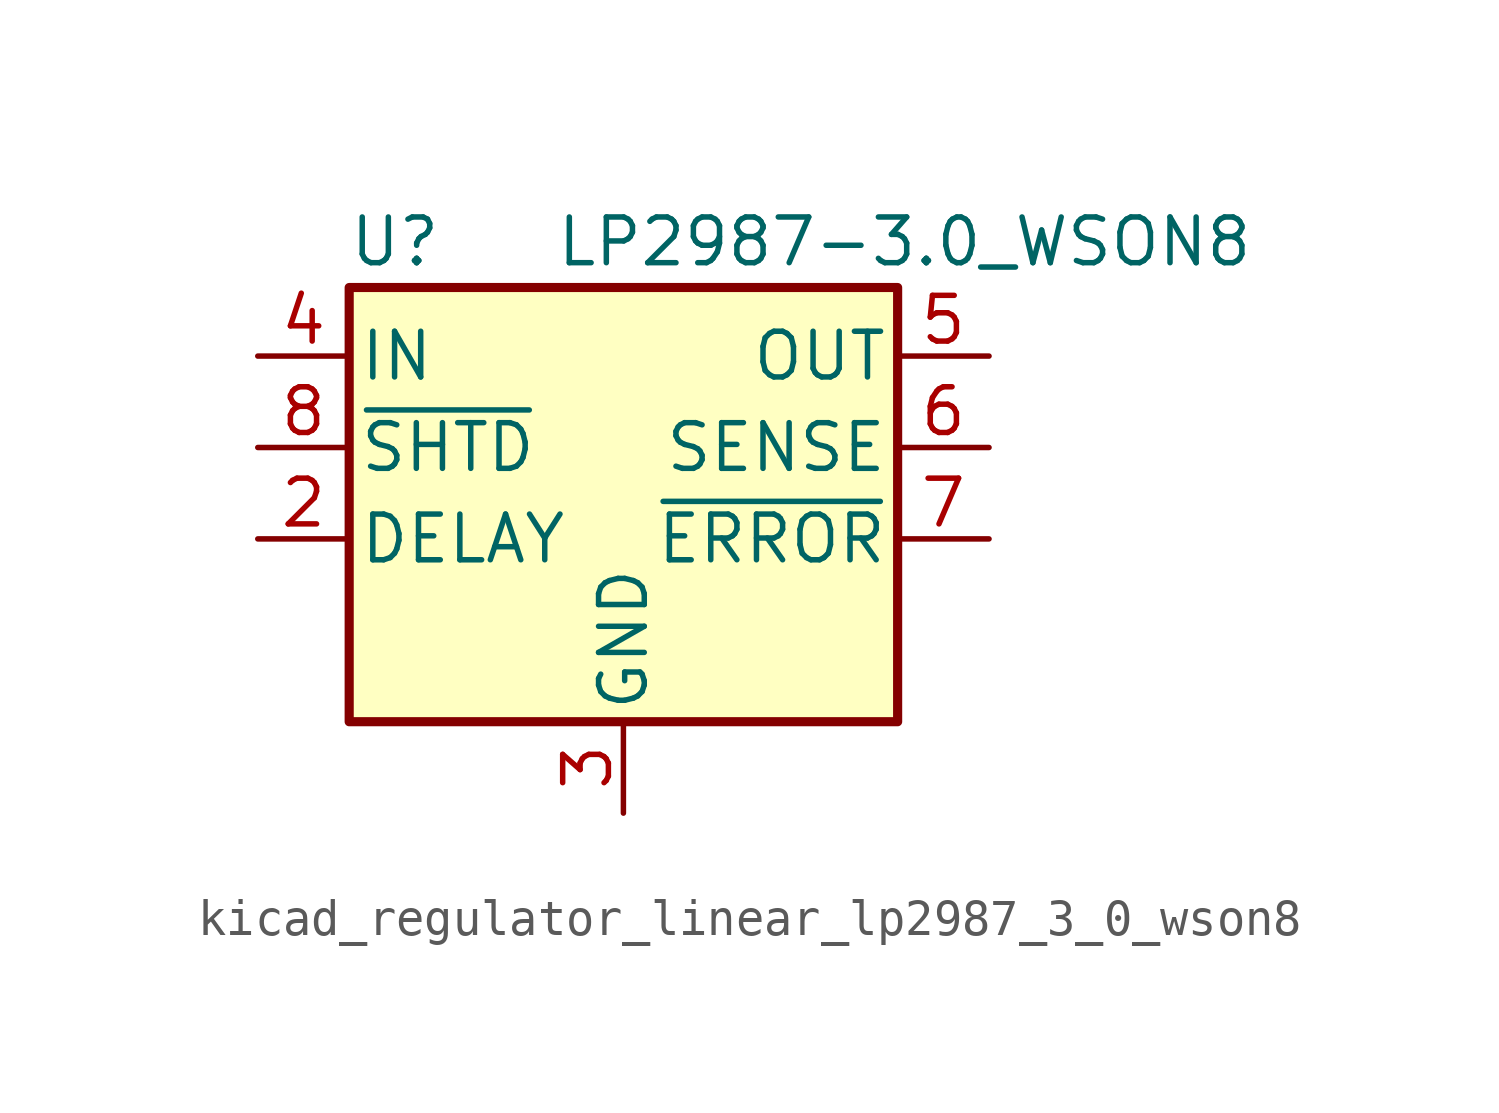
<source format=kicad_sym>
(kicad_symbol_lib
  (version 20220914)
  (generator kicad_symbol_editor)
  (symbol "kicad_regulator_linear_lp2987_3_0_wson8"
    (pin_names
      (offset 0.254))
    (property "Reference" "U"
      (at -6.35 5.715 0)
      (effects (font (size 1.27 1.27))))
    (property "Value" "LP2987-3.0_WSON8"
      (at -1.905 5.715 0)
      (effects (font (size 1.27 1.27)) (justify left)))
    (symbol "kicad_regulator_linear_lp2987_3_0_wson8_0_1"
      (rectangle (start -7.62 4.445) (end 7.62 -7.62) (stroke (width 0.254) (type default)) (fill (type background))))
    (symbol "kicad_regulator_linear_lp2987_3_0_wson8_1_1"
      (pin no_connect line (at 2.54 -7.62 90) (length 2.54) hide (name "NC" (effects (font (size 1.27 1.27)))) (number "1" (effects (font (size 1.27 1.27)))))
      (pin passive line (at -10.16 -2.54 0) (length 2.54) (name "DELAY" (effects (font (size 1.27 1.27)))) (number "2" (effects (font (size 1.27 1.27)))))
      (pin power_in line (at 0 -10.16 90) (length 2.54) (name "GND" (effects (font (size 1.27 1.27)))) (number "3" (effects (font (size 1.27 1.27)))))
      (pin power_in line (at -10.16 2.54 0) (length 2.54) (name "IN" (effects (font (size 1.27 1.27)))) (number "4" (effects (font (size 1.27 1.27)))))
      (pin power_out line (at 10.16 2.54 180) (length 2.54) (name "OUT" (effects (font (size 1.27 1.27)))) (number "5" (effects (font (size 1.27 1.27)))))
      (pin input line (at 10.16 0 180) (length 2.54) (name "SENSE" (effects (font (size 1.27 1.27)))) (number "6" (effects (font (size 1.27 1.27)))))
      (pin output line (at 10.16 -2.54 180) (length 2.54) (name "~{ERROR}" (effects (font (size 1.27 1.27)))) (number "7" (effects (font (size 1.27 1.27)))))
      (pin input line (at -10.16 0 0) (length 2.54) (name "~{SHTD}" (effects (font (size 1.27 1.27)))) (number "8" (effects (font (size 1.27 1.27)))))
      (pin passive line (at 0 -10.16 90) (length 2.54) hide (name "GND" (effects (font (size 1.27 1.27)))) (number "9" (effects (font (size 1.27 1.27))))))))
</source>
